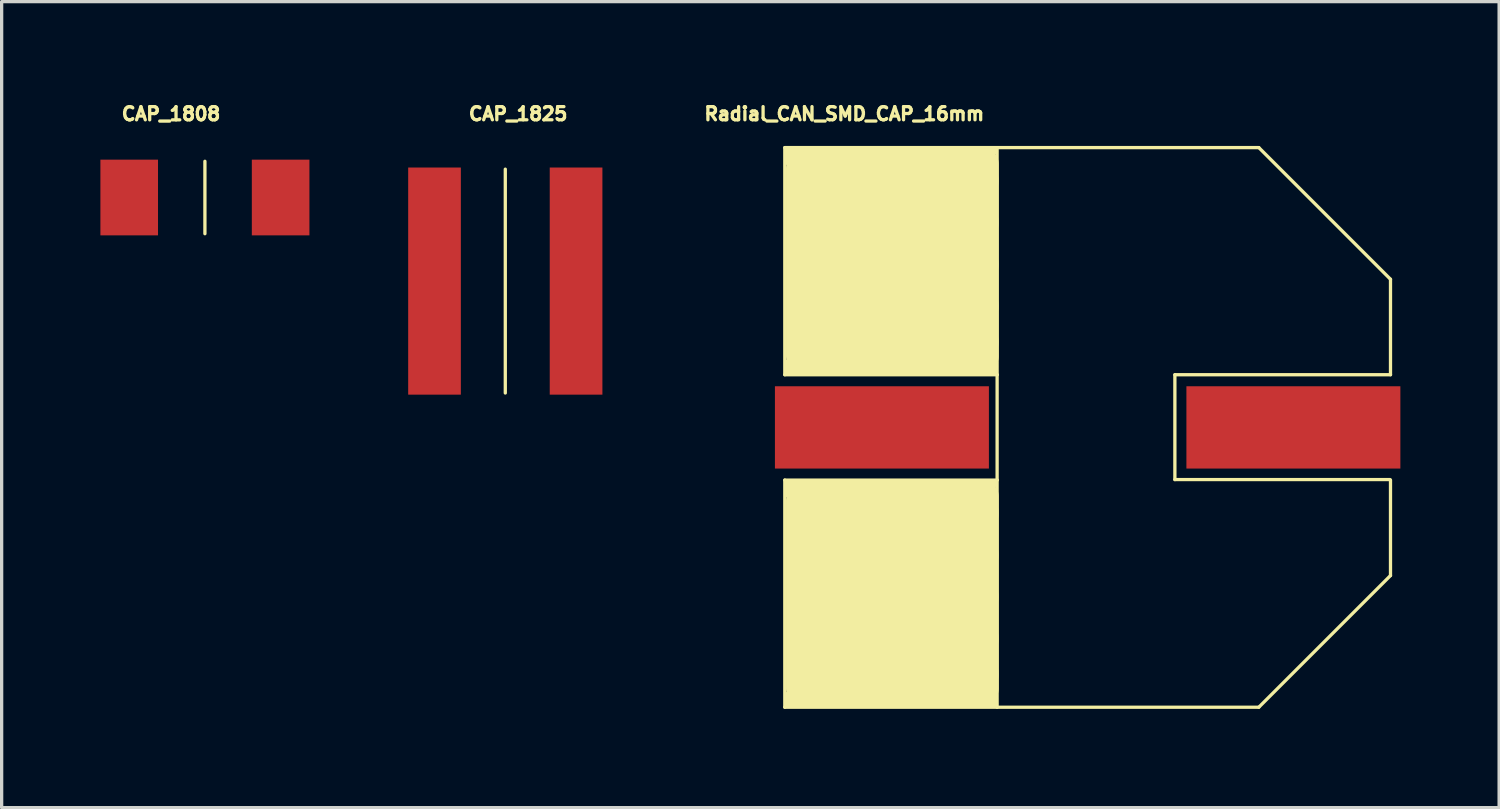
<source format=kicad_pcb>
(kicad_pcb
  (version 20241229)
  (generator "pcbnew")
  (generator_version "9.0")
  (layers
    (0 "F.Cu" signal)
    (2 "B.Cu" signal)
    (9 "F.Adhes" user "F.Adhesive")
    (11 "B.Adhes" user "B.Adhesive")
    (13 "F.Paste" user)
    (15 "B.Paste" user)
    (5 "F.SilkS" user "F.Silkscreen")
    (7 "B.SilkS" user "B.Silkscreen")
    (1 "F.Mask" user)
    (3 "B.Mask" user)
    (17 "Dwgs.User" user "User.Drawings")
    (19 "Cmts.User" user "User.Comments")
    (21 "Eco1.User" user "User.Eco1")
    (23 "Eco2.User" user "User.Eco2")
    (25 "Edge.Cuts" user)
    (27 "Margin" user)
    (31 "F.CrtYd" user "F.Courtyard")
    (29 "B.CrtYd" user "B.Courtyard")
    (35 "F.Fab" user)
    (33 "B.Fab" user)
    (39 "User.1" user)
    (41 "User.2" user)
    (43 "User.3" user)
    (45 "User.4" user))
  (footprint "CAP_1808"
    (layer "F.Cu")
    (at 3.175 2.95)
    (property "Reference" "CAP_1808" (at -1.03 -2.54 0) (layer "F.SilkS") (effects (font (size 0.4 0.4) (thickness 0.1))))
    (attr through_hole)
    (fp_line (start 0 -1.1) (end 0 1.1) (stroke (width 0.1) (type solid)) (layer "F.SilkS"))
    (pad "1" smd rect (at -2.3 0) (size 1.75 2.3) (layers "F.Cu" "F.Mask" "F.Paste"))
    (pad "2" smd rect (at 2.3 0) (size 1.75 2.3) (layers "F.Cu" "F.Mask" "F.Paste")))
  (footprint "Radial_CAN_SMD_CAP_16mm"
    (layer "F.Cu")
    (at 29.991 9.934)
    (property "Reference" "Radial_CAN_SMD_CAP_16mm" (at -7.393 -9.525 0) (layer "F.SilkS") (effects (font (size 0.4 0.4) (thickness 0.1))))
    (attr through_hole)
    (fp_line (start -9.2 -8.5) (end 5.2 -8.5) (stroke (width 0.1) (type solid)) (layer "F.SilkS"))
    (fp_line (start -9.2 -1.6) (end -9.2 -8.5) (stroke (width 0.1) (type solid)) (layer "F.SilkS"))
    (fp_line (start -9.2 -1.6) (end -2.75 -1.6) (stroke (width 0.1) (type solid)) (layer "F.SilkS"))
    (fp_line (start -9.2 1.6) (end -2.75 1.6) (stroke (width 0.1) (type solid)) (layer "F.SilkS"))
    (fp_line (start -9.2 8.5) (end -9.2 1.6) (stroke (width 0.1) (type solid)) (layer "F.SilkS"))
    (fp_line (start -9.2 8.5) (end 5.2 8.5) (stroke (width 0.1) (type solid)) (layer "F.SilkS"))
    (fp_line (start -9.107 -8.382) (end -2.821 -8.382) (stroke (width 0.2) (type solid)) (layer "F.SilkS"))
    (fp_line (start -9.107 -8.255) (end -8.282 -8.255) (stroke (width 0.2) (type solid)) (layer "F.SilkS"))
    (fp_line (start -9.107 -8.128) (end -8.282 -8.128) (stroke (width 0.2) (type solid)) (layer "F.SilkS"))
    (fp_line (start -9.107 -8.065) (end -8.282 -8.065) (stroke (width 0.2) (type solid)) (layer "F.SilkS"))
    (fp_line (start -9.107 1.714) (end -2.821 1.714) (stroke (width 0.2) (type solid)) (layer "F.SilkS"))
    (fp_line (start -9.107 1.841) (end -8.282 1.841) (stroke (width 0.2) (type solid)) (layer "F.SilkS"))
    (fp_line (start -9.107 1.968) (end -8.282 1.968) (stroke (width 0.2) (type solid)) (layer "F.SilkS"))
    (fp_line (start -9.107 2.032) (end -8.282 2.032) (stroke (width 0.2) (type solid)) (layer "F.SilkS"))
    (fp_line (start -8.663 -7.874) (end -8.663 -2.159) (stroke (width 1) (type solid)) (layer "F.SilkS"))
    (fp_line (start -8.663 2.223) (end -8.663 7.938) (stroke (width 1) (type solid)) (layer "F.SilkS"))
    (fp_line (start -8.028 -7.493) (end -3.71 -7.493) (stroke (width 2) (type solid)) (layer "F.SilkS"))
    (fp_line (start -8.028 -3.683) (end -3.71 -3.683) (stroke (width 2) (type solid)) (layer "F.SilkS"))
    (fp_line (start -8.028 -2.603) (end -3.71 -2.603) (stroke (width 2) (type solid)) (layer "F.SilkS"))
    (fp_line (start -8.028 2.603) (end -3.71 2.603) (stroke (width 2) (type solid)) (layer "F.SilkS"))
    (fp_line (start -8.028 6.413) (end -3.71 6.413) (stroke (width 2) (type solid)) (layer "F.SilkS"))
    (fp_line (start -8.028 7.493) (end -3.71 7.493) (stroke (width 2) (type solid)) (layer "F.SilkS"))
    (fp_line (start -7.901 -6.35) (end -3.71 -6.223) (stroke (width 2) (type solid)) (layer "F.SilkS"))
    (fp_line (start -7.901 -4.953) (end -3.71 -4.953) (stroke (width 2) (type solid)) (layer "F.SilkS"))
    (fp_line (start -7.901 3.747) (end -3.71 3.873) (stroke (width 2) (type solid)) (layer "F.SilkS"))
    (fp_line (start -7.901 5.144) (end -3.71 5.144) (stroke (width 2) (type solid)) (layer "F.SilkS"))
    (fp_line (start -3.202 -8.001) (end -3.202 -2.159) (stroke (width 1) (type solid)) (layer "F.SilkS"))
    (fp_line (start -3.202 2.095) (end -3.202 7.938) (stroke (width 1) (type solid)) (layer "F.SilkS"))
    (fp_line (start -2.821 -1.968) (end -9.107 -1.968) (stroke (width 0.2) (type solid)) (layer "F.SilkS"))
    (fp_line (start -2.821 -1.841) (end -9.107 -1.841) (stroke (width 0.2) (type solid)) (layer "F.SilkS"))
    (fp_line (start -2.821 -1.714) (end -9.107 -1.714) (stroke (width 0.2) (type solid)) (layer "F.SilkS"))
    (fp_line (start -2.821 8.128) (end -9.107 8.128) (stroke (width 0.2) (type solid)) (layer "F.SilkS"))
    (fp_line (start -2.821 8.255) (end -9.107 8.255) (stroke (width 0.2) (type solid)) (layer "F.SilkS"))
    (fp_line (start -2.821 8.382) (end -9.107 8.382) (stroke (width 0.2) (type solid)) (layer "F.SilkS"))
    (fp_line (start -2.75 -1.6) (end -2.75 -8.5) (stroke (width 0.1) (type solid)) (layer "F.SilkS"))
    (fp_line (start -2.75 1.6) (end -2.75 -1.6) (stroke (width 0.1) (type solid)) (layer "F.SilkS"))
    (fp_line (start -2.75 8.5) (end -2.75 1.6) (stroke (width 0.1) (type solid)) (layer "F.SilkS"))
    (fp_line (start 2.65 -1.6) (end 9.2 -1.6) (stroke (width 0.1) (type solid)) (layer "F.SilkS"))
    (fp_line (start 2.65 1.585) (end 2.65 -1.6) (stroke (width 0.1) (type solid)) (layer "F.SilkS"))
    (fp_line (start 2.65 1.585) (end 9.185 1.585) (stroke (width 0.1) (type solid)) (layer "F.SilkS"))
    (fp_line (start 5.2 -8.5) (end 9.2 -4.5) (stroke (width 0.1) (type solid)) (layer "F.SilkS"))
    (fp_line (start 5.2 8.5) (end 9.2 4.5) (stroke (width 0.1) (type solid)) (layer "F.SilkS"))
    (fp_line (start 9.2 -1.6) (end 9.2 -4.5) (stroke (width 0.1) (type solid)) (layer "F.SilkS"))
    (fp_line (start 9.2 4.5) (end 9.2 1.6) (stroke (width 0.1) (type solid)) (layer "F.SilkS"))
    (pad "1" smd rect (at -6.25 0) (size 6.5 2.5) (layers "F.Cu" "F.Mask" "F.Paste"))
    (pad "2" smd rect (at 6.25 0) (size 6.5 2.5) (layers "F.Cu" "F.Mask" "F.Paste")))
  (footprint "CAP_1825"
    (layer "F.Cu")
    (at 12.3 5.489)
    (property "Reference" "CAP_1825" (at 0.39 -5.08 0) (layer "F.SilkS") (effects (font (size 0.4 0.4) (thickness 0.1))))
    (attr through_hole)
    (fp_line (start 0 -3.4) (end 0 3.4) (stroke (width 0.1) (type solid)) (layer "F.SilkS"))
    (pad "1" smd rect (at -2.15 0) (size 1.6 6.9) (layers "F.Cu" "F.Mask" "F.Paste"))
    (pad "2" smd rect (at 2.15 0) (size 1.6 6.9) (layers "F.Cu" "F.Mask" "F.Paste")))
  (gr_rect
    (start -3 -3)
    (end 42.491 21.485)
    (stroke (width 0.1) (type default))
    (fill no)
    (layer "Edge.Cuts")))
</source>
